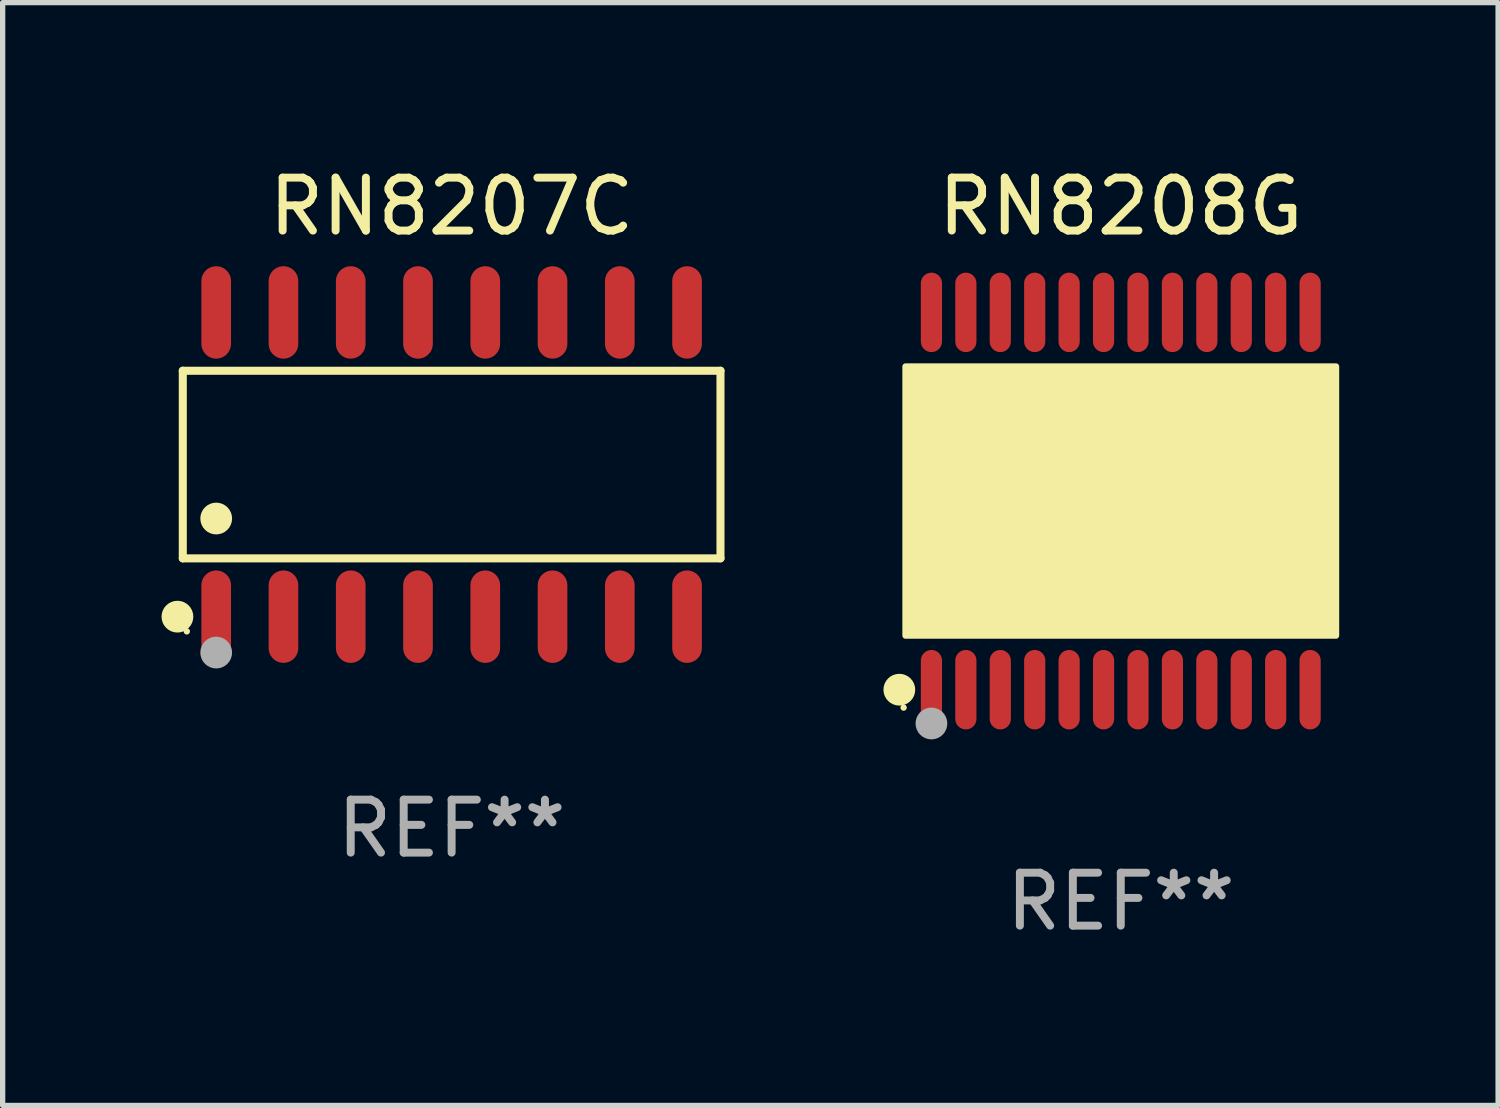
<source format=kicad_pcb>
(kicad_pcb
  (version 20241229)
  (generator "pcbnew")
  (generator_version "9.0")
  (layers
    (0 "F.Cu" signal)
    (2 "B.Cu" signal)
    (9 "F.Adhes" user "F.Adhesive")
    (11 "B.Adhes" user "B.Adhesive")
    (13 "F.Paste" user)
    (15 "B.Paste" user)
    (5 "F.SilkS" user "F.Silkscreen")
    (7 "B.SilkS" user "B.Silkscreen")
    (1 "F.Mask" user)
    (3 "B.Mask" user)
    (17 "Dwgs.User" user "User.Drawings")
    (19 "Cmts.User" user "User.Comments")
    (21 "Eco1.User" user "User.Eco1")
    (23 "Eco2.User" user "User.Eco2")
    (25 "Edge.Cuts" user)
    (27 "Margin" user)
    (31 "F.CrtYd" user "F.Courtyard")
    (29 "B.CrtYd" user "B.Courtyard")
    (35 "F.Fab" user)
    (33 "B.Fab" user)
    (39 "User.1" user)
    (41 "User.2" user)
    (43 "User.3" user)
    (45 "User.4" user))
  (footprint "RN8208G"
    (layer "F.Cu")
    (at 18.111 6.41)
    (property "Reference" "RN8208G" (at 0 -5.562 0) (layer "F.SilkS") (effects (font (size 1 1) (thickness 0.15))))
    (attr through_hole)
    (fp_circle (center -4.181 3.562) (end -4.031 3.562) (stroke (width 0.3) (type solid)) (fill no) (layer "F.SilkS"))
    (fp_circle (center -4.1 3.9) (end -4.07 3.9) (stroke (width 0.06) (type solid)) (fill no) (layer "F.SilkS"))
    (fp_circle (center -3.575 1.819) (end -3.425 1.819) (stroke (width 0.3) (type solid)) (fill no) (layer "F.SilkS"))
    (fp_poly (pts (xy -4.064 -2.54) (xy 4.064 -2.54) (xy 4.064 2.54) (xy -4.064 2.54)) (stroke (width 0.12) (type solid)) (fill yes) (layer "F.SilkS"))
    (fp_circle (center -3.575 4.2) (end -3.425 4.2) (stroke (width 0.3) (type solid)) (fill no) (layer "F.Fab"))
    (fp_text user "REF**" (at 0 7.562 0) (layer "F.Fab") (effects (font (size 1 1) (thickness 0.15))))
    (pad "1" smd oval (at -3.575 3.562) (size 0.4 1.5) (layers "F.Cu" "F.Mask" "F.Paste"))
    (pad "2" smd oval (at -2.925 3.562) (size 0.4 1.5) (layers "F.Cu" "F.Mask" "F.Paste"))
    (pad "3" smd oval (at -2.275 3.562) (size 0.4 1.5) (layers "F.Cu" "F.Mask" "F.Paste"))
    (pad "4" smd oval (at -1.625 3.562) (size 0.4 1.5) (layers "F.Cu" "F.Mask" "F.Paste"))
    (pad "5" smd oval (at -0.975 3.562) (size 0.4 1.5) (layers "F.Cu" "F.Mask" "F.Paste"))
    (pad "6" smd oval (at -0.325 3.562) (size 0.4 1.5) (layers "F.Cu" "F.Mask" "F.Paste"))
    (pad "7" smd oval (at 0.325 3.562) (size 0.4 1.5) (layers "F.Cu" "F.Mask" "F.Paste"))
    (pad "8" smd oval (at 0.975 3.562) (size 0.4 1.5) (layers "F.Cu" "F.Mask" "F.Paste"))
    (pad "9" smd oval (at 1.625 3.562) (size 0.4 1.5) (layers "F.Cu" "F.Mask" "F.Paste"))
    (pad "10" smd oval (at 2.275 3.562) (size 0.4 1.5) (layers "F.Cu" "F.Mask" "F.Paste"))
    (pad "11" smd oval (at 2.925 3.562) (size 0.4 1.5) (layers "F.Cu" "F.Mask" "F.Paste"))
    (pad "12" smd oval (at 3.575 3.562) (size 0.4 1.5) (layers "F.Cu" "F.Mask" "F.Paste"))
    (pad "13" smd oval (at 3.575 -3.562) (size 0.4 1.5) (layers "F.Cu" "F.Mask" "F.Paste"))
    (pad "14" smd oval (at 2.925 -3.562) (size 0.4 1.5) (layers "F.Cu" "F.Mask" "F.Paste"))
    (pad "15" smd oval (at 2.275 -3.562) (size 0.4 1.5) (layers "F.Cu" "F.Mask" "F.Paste"))
    (pad "16" smd oval (at 1.625 -3.562) (size 0.4 1.5) (layers "F.Cu" "F.Mask" "F.Paste"))
    (pad "17" smd oval (at 0.975 -3.562) (size 0.4 1.5) (layers "F.Cu" "F.Mask" "F.Paste"))
    (pad "18" smd oval (at 0.325 -3.562) (size 0.4 1.5) (layers "F.Cu" "F.Mask" "F.Paste"))
    (pad "19" smd oval (at -0.325 -3.562) (size 0.4 1.5) (layers "F.Cu" "F.Mask" "F.Paste"))
    (pad "20" smd oval (at -0.975 -3.562) (size 0.4 1.5) (layers "F.Cu" "F.Mask" "F.Paste"))
    (pad "21" smd oval (at -1.625 -3.562) (size 0.4 1.5) (layers "F.Cu" "F.Mask" "F.Paste"))
    (pad "22" smd oval (at -2.275 -3.562) (size 0.4 1.5) (layers "F.Cu" "F.Mask" "F.Paste"))
    (pad "23" smd oval (at -2.925 -3.562) (size 0.4 1.5) (layers "F.Cu" "F.Mask" "F.Paste"))
    (pad "24" smd oval (at -3.575 -3.562) (size 0.4 1.5) (layers "F.Cu" "F.Mask" "F.Paste")))
  (footprint "RN8207C"
    (layer "F.Cu")
    (at 5.477 5.721)
    (property "Reference" "RN8207C" (at 0 -4.872 0) (layer "F.SilkS") (effects (font (size 1 1) (thickness 0.15))))
    (attr through_hole)
    (fp_line (start -5.076 -1.771) (end 5.076 -1.771) (stroke (width 0.152) (type solid)) (layer "F.SilkS"))
    (fp_line (start -5.076 1.771) (end -5.076 -1.771) (stroke (width 0.152) (type solid)) (layer "F.SilkS"))
    (fp_line (start 5.076 -1.771) (end 5.076 1.771) (stroke (width 0.152) (type solid)) (layer "F.SilkS"))
    (fp_line (start 5.076 1.771) (end -5.076 1.771) (stroke (width 0.152) (type solid)) (layer "F.SilkS"))
    (fp_circle (center -5.177 2.872) (end -5.027 2.872) (stroke (width 0.3) (type solid)) (fill no) (layer "F.SilkS"))
    (fp_circle (center -5 3.15) (end -4.97 3.15) (stroke (width 0.06) (type solid)) (fill no) (layer "F.SilkS"))
    (fp_circle (center -4.445 1.019) (end -4.295 1.019) (stroke (width 0.3) (type solid)) (fill no) (layer "F.SilkS"))
    (fp_circle (center -4.445 3.55) (end -4.295 3.55) (stroke (width 0.3) (type solid)) (fill no) (layer "F.Fab"))
    (fp_text user "REF**" (at 0 6.872 0) (layer "F.Fab") (effects (font (size 1 1) (thickness 0.15))))
    (pad "1" smd oval (at -4.445 2.872) (size 0.56 1.745) (layers "F.Cu" "F.Mask" "F.Paste"))
    (pad "2" smd oval (at -3.175 2.872) (size 0.56 1.745) (layers "F.Cu" "F.Mask" "F.Paste"))
    (pad "3" smd oval (at -1.905 2.872) (size 0.56 1.745) (layers "F.Cu" "F.Mask" "F.Paste"))
    (pad "4" smd oval (at -0.635 2.872) (size 0.56 1.745) (layers "F.Cu" "F.Mask" "F.Paste"))
    (pad "5" smd oval (at 0.635 2.872) (size 0.56 1.745) (layers "F.Cu" "F.Mask" "F.Paste"))
    (pad "6" smd oval (at 1.905 2.872) (size 0.56 1.745) (layers "F.Cu" "F.Mask" "F.Paste"))
    (pad "7" smd oval (at 3.175 2.872) (size 0.56 1.745) (layers "F.Cu" "F.Mask" "F.Paste"))
    (pad "8" smd oval (at 4.445 2.872) (size 0.56 1.745) (layers "F.Cu" "F.Mask" "F.Paste"))
    (pad "9" smd oval (at 4.445 -2.872) (size 0.56 1.745) (layers "F.Cu" "F.Mask" "F.Paste"))
    (pad "10" smd oval (at 3.175 -2.872) (size 0.56 1.745) (layers "F.Cu" "F.Mask" "F.Paste"))
    (pad "11" smd oval (at 1.905 -2.872) (size 0.56 1.745) (layers "F.Cu" "F.Mask" "F.Paste"))
    (pad "12" smd oval (at 0.635 -2.872) (size 0.56 1.745) (layers "F.Cu" "F.Mask" "F.Paste"))
    (pad "13" smd oval (at -0.635 -2.872) (size 0.56 1.745) (layers "F.Cu" "F.Mask" "F.Paste"))
    (pad "14" smd oval (at -1.905 -2.872) (size 0.56 1.745) (layers "F.Cu" "F.Mask" "F.Paste"))
    (pad "15" smd oval (at -3.175 -2.872) (size 0.56 1.745) (layers "F.Cu" "F.Mask" "F.Paste"))
    (pad "16" smd oval (at -4.445 -2.872) (size 0.56 1.745) (layers "F.Cu" "F.Mask" "F.Paste")))
  (gr_rect
    (start -3 -3)
    (end 25.235 17.821)
    (stroke (width 0.1) (type default))
    (fill no)
    (layer "Edge.Cuts")))
</source>
